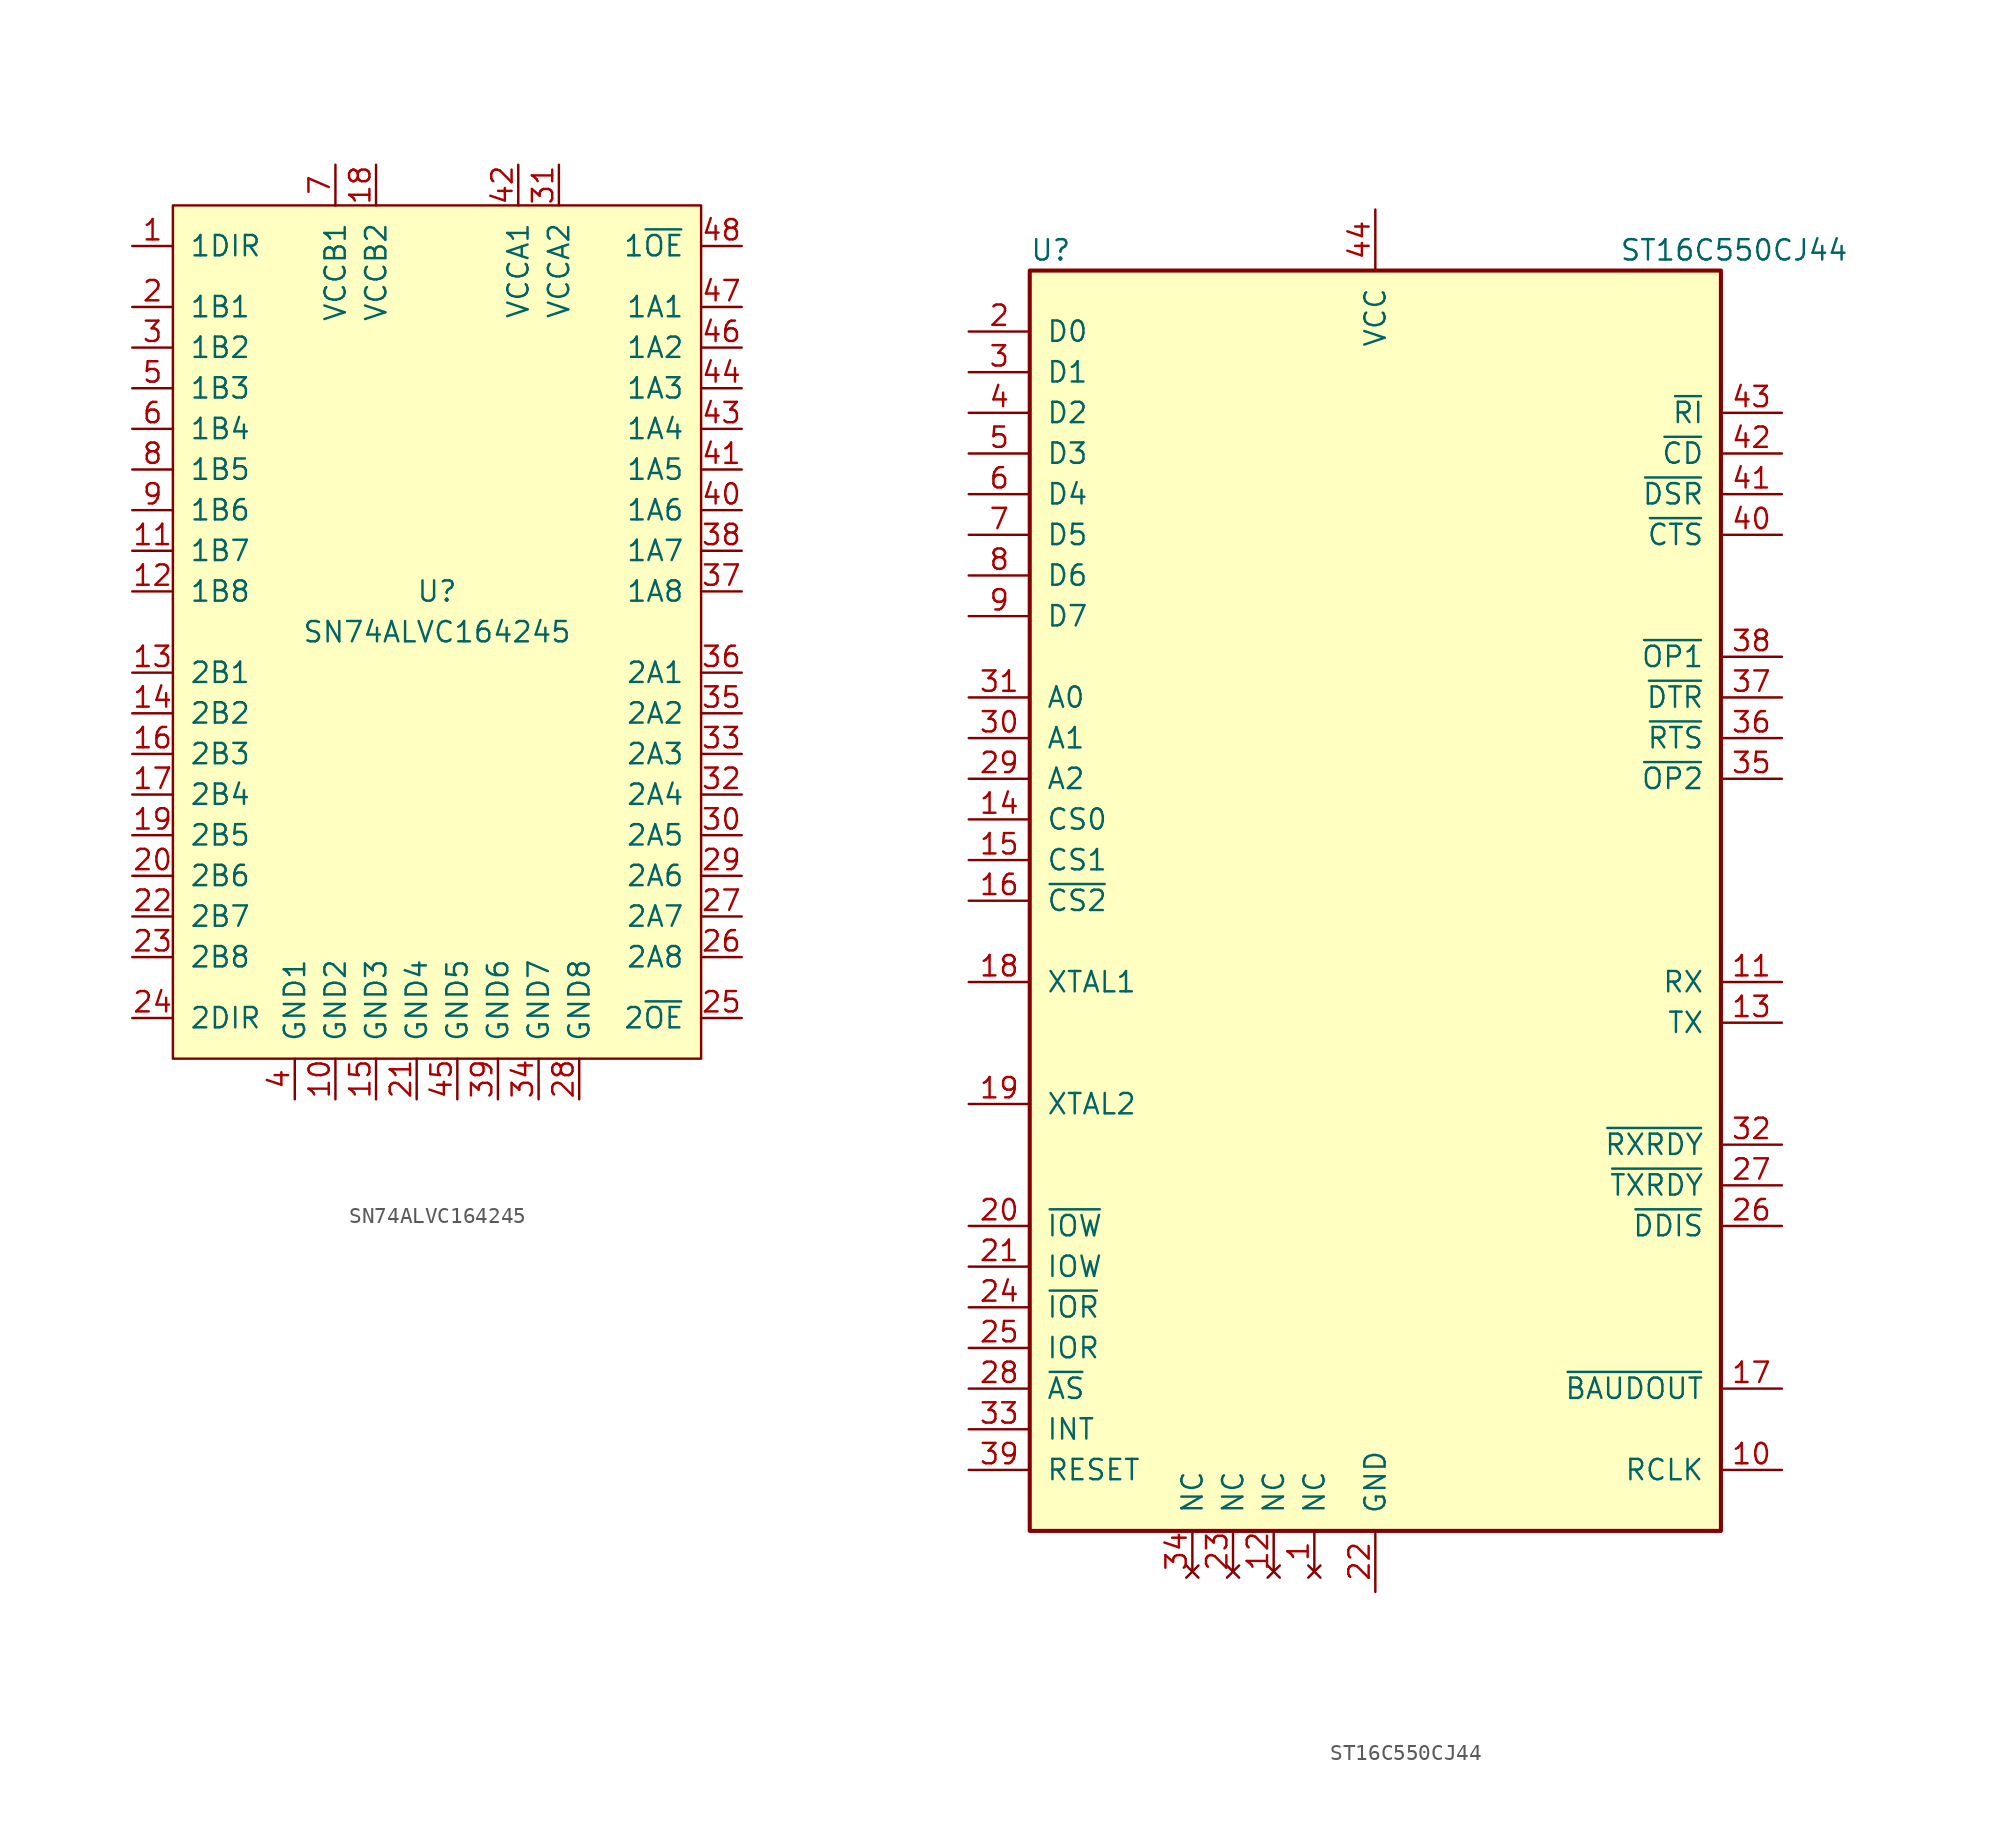
<source format=kicad_sym>
(kicad_symbol_lib
  (version 20220914)
  (generator kicad_symbol_editor)
  (symbol "SN74ALVC164245"
    (pin_names
      (offset 1.016))
    (property "Reference" "U"
      (at 0 2.54 0)
      (effects (font (size 1.27 1.27))))
    (property "Value" "SN74ALVC164245"
      (at 0 0 0)
      (effects (font (size 1.27 1.27))))
    (symbol "SN74ALVC164245_0_1"
      (rectangle (start -16.51 -26.67) (end 16.51 26.67) (stroke (width 0) (type solid)) (fill (type background))))
    (symbol "SN74ALVC164245_1_1"
      (pin input line (at -19.05 24.13 0) (length 2.54) (name "1DIR" (effects (font (size 1.27 1.27)))) (number "1" (effects (font (size 1.27 1.27)))))
      (pin power_in line (at -6.35 -29.21 90) (length 2.54) (name "GND2" (effects (font (size 1.27 1.27)))) (number "10" (effects (font (size 1.27 1.27)))))
      (pin tri_state line (at -19.05 5.08 0) (length 2.54) (name "1B7" (effects (font (size 1.27 1.27)))) (number "11" (effects (font (size 1.27 1.27)))))
      (pin tri_state line (at -19.05 2.54 0) (length 2.54) (name "1B8" (effects (font (size 1.27 1.27)))) (number "12" (effects (font (size 1.27 1.27)))))
      (pin tri_state line (at -19.05 -2.54 0) (length 2.54) (name "2B1" (effects (font (size 1.27 1.27)))) (number "13" (effects (font (size 1.27 1.27)))))
      (pin tri_state line (at -19.05 -5.08 0) (length 2.54) (name "2B2" (effects (font (size 1.27 1.27)))) (number "14" (effects (font (size 1.27 1.27)))))
      (pin power_in line (at -3.81 -29.21 90) (length 2.54) (name "GND3" (effects (font (size 1.27 1.27)))) (number "15" (effects (font (size 1.27 1.27)))))
      (pin tri_state line (at -19.05 -7.62 0) (length 2.54) (name "2B3" (effects (font (size 1.27 1.27)))) (number "16" (effects (font (size 1.27 1.27)))))
      (pin tri_state line (at -19.05 -10.16 0) (length 2.54) (name "2B4" (effects (font (size 1.27 1.27)))) (number "17" (effects (font (size 1.27 1.27)))))
      (pin power_in line (at -3.81 29.21 270) (length 2.54) (name "VCCB2" (effects (font (size 1.27 1.27)))) (number "18" (effects (font (size 1.27 1.27)))))
      (pin tri_state line (at -19.05 -12.7 0) (length 2.54) (name "2B5" (effects (font (size 1.27 1.27)))) (number "19" (effects (font (size 1.27 1.27)))))
      (pin tri_state line (at -19.05 20.32 0) (length 2.54) (name "1B1" (effects (font (size 1.27 1.27)))) (number "2" (effects (font (size 1.27 1.27)))))
      (pin tri_state line (at -19.05 -15.24 0) (length 2.54) (name "2B6" (effects (font (size 1.27 1.27)))) (number "20" (effects (font (size 1.27 1.27)))))
      (pin power_in line (at -1.27 -29.21 90) (length 2.54) (name "GND4" (effects (font (size 1.27 1.27)))) (number "21" (effects (font (size 1.27 1.27)))))
      (pin tri_state line (at -19.05 -17.78 0) (length 2.54) (name "2B7" (effects (font (size 1.27 1.27)))) (number "22" (effects (font (size 1.27 1.27)))))
      (pin tri_state line (at -19.05 -20.32 0) (length 2.54) (name "2B8" (effects (font (size 1.27 1.27)))) (number "23" (effects (font (size 1.27 1.27)))))
      (pin input line (at -19.05 -24.13 0) (length 2.54) (name "2DIR" (effects (font (size 1.27 1.27)))) (number "24" (effects (font (size 1.27 1.27)))))
      (pin tri_state line (at 19.05 -24.13 180) (length 2.54) (name "2~{OE}" (effects (font (size 1.27 1.27)))) (number "25" (effects (font (size 1.27 1.27)))))
      (pin tri_state line (at 19.05 -20.32 180) (length 2.54) (name "2A8" (effects (font (size 1.27 1.27)))) (number "26" (effects (font (size 1.27 1.27)))))
      (pin tri_state line (at 19.05 -17.78 180) (length 2.54) (name "2A7" (effects (font (size 1.27 1.27)))) (number "27" (effects (font (size 1.27 1.27)))))
      (pin power_in line (at 8.89 -29.21 90) (length 2.54) (name "GND8" (effects (font (size 1.27 1.27)))) (number "28" (effects (font (size 1.27 1.27)))))
      (pin tri_state line (at 19.05 -15.24 180) (length 2.54) (name "2A6" (effects (font (size 1.27 1.27)))) (number "29" (effects (font (size 1.27 1.27)))))
      (pin tri_state line (at -19.05 17.78 0) (length 2.54) (name "1B2" (effects (font (size 1.27 1.27)))) (number "3" (effects (font (size 1.27 1.27)))))
      (pin tri_state line (at 19.05 -12.7 180) (length 2.54) (name "2A5" (effects (font (size 1.27 1.27)))) (number "30" (effects (font (size 1.27 1.27)))))
      (pin power_in line (at 7.62 29.21 270) (length 2.54) (name "VCCA2" (effects (font (size 1.27 1.27)))) (number "31" (effects (font (size 1.27 1.27)))))
      (pin tri_state line (at 19.05 -10.16 180) (length 2.54) (name "2A4" (effects (font (size 1.27 1.27)))) (number "32" (effects (font (size 1.27 1.27)))))
      (pin tri_state line (at 19.05 -7.62 180) (length 2.54) (name "2A3" (effects (font (size 1.27 1.27)))) (number "33" (effects (font (size 1.27 1.27)))))
      (pin power_in line (at 6.35 -29.21 90) (length 2.54) (name "GND7" (effects (font (size 1.27 1.27)))) (number "34" (effects (font (size 1.27 1.27)))))
      (pin tri_state line (at 19.05 -5.08 180) (length 2.54) (name "2A2" (effects (font (size 1.27 1.27)))) (number "35" (effects (font (size 1.27 1.27)))))
      (pin tri_state line (at 19.05 -2.54 180) (length 2.54) (name "2A1" (effects (font (size 1.27 1.27)))) (number "36" (effects (font (size 1.27 1.27)))))
      (pin tri_state line (at 19.05 2.54 180) (length 2.54) (name "1A8" (effects (font (size 1.27 1.27)))) (number "37" (effects (font (size 1.27 1.27)))))
      (pin tri_state line (at 19.05 5.08 180) (length 2.54) (name "1A7" (effects (font (size 1.27 1.27)))) (number "38" (effects (font (size 1.27 1.27)))))
      (pin power_in line (at 3.81 -29.21 90) (length 2.54) (name "GND6" (effects (font (size 1.27 1.27)))) (number "39" (effects (font (size 1.27 1.27)))))
      (pin power_in line (at -8.89 -29.21 90) (length 2.54) (name "GND1" (effects (font (size 1.27 1.27)))) (number "4" (effects (font (size 1.27 1.27)))))
      (pin tri_state line (at 19.05 7.62 180) (length 2.54) (name "1A6" (effects (font (size 1.27 1.27)))) (number "40" (effects (font (size 1.27 1.27)))))
      (pin tri_state line (at 19.05 10.16 180) (length 2.54) (name "1A5" (effects (font (size 1.27 1.27)))) (number "41" (effects (font (size 1.27 1.27)))))
      (pin power_in line (at 5.08 29.21 270) (length 2.54) (name "VCCA1" (effects (font (size 1.27 1.27)))) (number "42" (effects (font (size 1.27 1.27)))))
      (pin tri_state line (at 19.05 12.7 180) (length 2.54) (name "1A4" (effects (font (size 1.27 1.27)))) (number "43" (effects (font (size 1.27 1.27)))))
      (pin tri_state line (at 19.05 15.24 180) (length 2.54) (name "1A3" (effects (font (size 1.27 1.27)))) (number "44" (effects (font (size 1.27 1.27)))))
      (pin power_in line (at 1.27 -29.21 90) (length 2.54) (name "GND5" (effects (font (size 1.27 1.27)))) (number "45" (effects (font (size 1.27 1.27)))))
      (pin tri_state line (at 19.05 17.78 180) (length 2.54) (name "1A2" (effects (font (size 1.27 1.27)))) (number "46" (effects (font (size 1.27 1.27)))))
      (pin tri_state line (at 19.05 20.32 180) (length 2.54) (name "1A1" (effects (font (size 1.27 1.27)))) (number "47" (effects (font (size 1.27 1.27)))))
      (pin tri_state line (at 19.05 24.13 180) (length 2.54) (name "1~{OE}" (effects (font (size 1.27 1.27)))) (number "48" (effects (font (size 1.27 1.27)))))
      (pin tri_state line (at -19.05 15.24 0) (length 2.54) (name "1B3" (effects (font (size 1.27 1.27)))) (number "5" (effects (font (size 1.27 1.27)))))
      (pin tri_state line (at -19.05 12.7 0) (length 2.54) (name "1B4" (effects (font (size 1.27 1.27)))) (number "6" (effects (font (size 1.27 1.27)))))
      (pin power_in line (at -6.35 29.21 270) (length 2.54) (name "VCCB1" (effects (font (size 1.27 1.27)))) (number "7" (effects (font (size 1.27 1.27)))))
      (pin tri_state line (at -19.05 10.16 0) (length 2.54) (name "1B5" (effects (font (size 1.27 1.27)))) (number "8" (effects (font (size 1.27 1.27)))))
      (pin tri_state line (at -19.05 7.62 0) (length 2.54) (name "1B6" (effects (font (size 1.27 1.27)))) (number "9" (effects (font (size 1.27 1.27)))))))
  (symbol "ST16C550CJ44"
    (pin_names
      (offset 1.016))
    (property "Reference" "U"
      (at -21.59 40.64 0)
      (effects (font (size 1.27 1.27)) (justify left)))
    (property "Value" "ST16C550CJ44"
      (at 15.24 40.64 0)
      (effects (font (size 1.27 1.27)) (justify left)))
    (symbol "ST16C550CJ44_0_1"
      (rectangle (start -21.59 -39.37) (end 21.59 39.37) (stroke (width 0.254) (type solid)) (fill (type background))))
    (symbol "ST16C550CJ44_1_1"
      (pin no_connect line (at -3.81 -41.91 90) (length 2.54) (name "NC" (effects (font (size 1.27 1.27)))) (number "1" (effects (font (size 1.27 1.27)))))
      (pin input line (at 25.4 -35.56 180) (length 3.81) (name "RCLK" (effects (font (size 1.27 1.27)))) (number "10" (effects (font (size 1.27 1.27)))))
      (pin input line (at 25.4 -5.08 180) (length 3.81) (name "RX" (effects (font (size 1.27 1.27)))) (number "11" (effects (font (size 1.27 1.27)))))
      (pin no_connect line (at -6.35 -41.91 90) (length 2.54) (name "NC" (effects (font (size 1.27 1.27)))) (number "12" (effects (font (size 1.27 1.27)))))
      (pin output line (at 25.4 -7.62 180) (length 3.81) (name "TX" (effects (font (size 1.27 1.27)))) (number "13" (effects (font (size 1.27 1.27)))))
      (pin input line (at -25.4 5.08 0) (length 3.81) (name "CS0" (effects (font (size 1.27 1.27)))) (number "14" (effects (font (size 1.27 1.27)))))
      (pin input line (at -25.4 2.54 0) (length 3.81) (name "CS1" (effects (font (size 1.27 1.27)))) (number "15" (effects (font (size 1.27 1.27)))))
      (pin input line (at -25.4 0 0) (length 3.81) (name "~{CS2}" (effects (font (size 1.27 1.27)))) (number "16" (effects (font (size 1.27 1.27)))))
      (pin output line (at 25.4 -30.48 180) (length 3.81) (name "~{BAUDOUT}" (effects (font (size 1.27 1.27)))) (number "17" (effects (font (size 1.27 1.27)))))
      (pin input line (at -25.4 -5.08 0) (length 3.81) (name "XTAL1" (effects (font (size 1.27 1.27)))) (number "18" (effects (font (size 1.27 1.27)))))
      (pin output line (at -25.4 -12.7 0) (length 3.81) (name "XTAL2" (effects (font (size 1.27 1.27)))) (number "19" (effects (font (size 1.27 1.27)))))
      (pin bidirectional line (at -25.4 35.56 0) (length 3.81) (name "D0" (effects (font (size 1.27 1.27)))) (number "2" (effects (font (size 1.27 1.27)))))
      (pin input line (at -25.4 -20.32 0) (length 3.81) (name "~{IOW}" (effects (font (size 1.27 1.27)))) (number "20" (effects (font (size 1.27 1.27)))))
      (pin input line (at -25.4 -22.86 0) (length 3.81) (name "IOW" (effects (font (size 1.27 1.27)))) (number "21" (effects (font (size 1.27 1.27)))))
      (pin power_in line (at 0 -43.18 90) (length 3.81) (name "GND" (effects (font (size 1.27 1.27)))) (number "22" (effects (font (size 1.27 1.27)))))
      (pin no_connect line (at -8.89 -41.91 90) (length 2.54) (name "NC" (effects (font (size 1.27 1.27)))) (number "23" (effects (font (size 1.27 1.27)))))
      (pin input line (at -25.4 -25.4 0) (length 3.81) (name "~{IOR}" (effects (font (size 1.27 1.27)))) (number "24" (effects (font (size 1.27 1.27)))))
      (pin input line (at -25.4 -27.94 0) (length 3.81) (name "IOR" (effects (font (size 1.27 1.27)))) (number "25" (effects (font (size 1.27 1.27)))))
      (pin output line (at 25.4 -20.32 180) (length 3.81) (name "~{DDIS}" (effects (font (size 1.27 1.27)))) (number "26" (effects (font (size 1.27 1.27)))))
      (pin output line (at 25.4 -17.78 180) (length 3.81) (name "~{TXRDY}" (effects (font (size 1.27 1.27)))) (number "27" (effects (font (size 1.27 1.27)))))
      (pin input line (at -25.4 -30.48 0) (length 3.81) (name "~{AS}" (effects (font (size 1.27 1.27)))) (number "28" (effects (font (size 1.27 1.27)))))
      (pin input line (at -25.4 7.62 0) (length 3.81) (name "A2" (effects (font (size 1.27 1.27)))) (number "29" (effects (font (size 1.27 1.27)))))
      (pin bidirectional line (at -25.4 33.02 0) (length 3.81) (name "D1" (effects (font (size 1.27 1.27)))) (number "3" (effects (font (size 1.27 1.27)))))
      (pin input line (at -25.4 10.16 0) (length 3.81) (name "A1" (effects (font (size 1.27 1.27)))) (number "30" (effects (font (size 1.27 1.27)))))
      (pin input line (at -25.4 12.7 0) (length 3.81) (name "A0" (effects (font (size 1.27 1.27)))) (number "31" (effects (font (size 1.27 1.27)))))
      (pin output line (at 25.4 -15.24 180) (length 3.81) (name "~{RXRDY}" (effects (font (size 1.27 1.27)))) (number "32" (effects (font (size 1.27 1.27)))))
      (pin output line (at -25.4 -33.02 0) (length 3.81) (name "INT" (effects (font (size 1.27 1.27)))) (number "33" (effects (font (size 1.27 1.27)))))
      (pin no_connect line (at -11.43 -41.91 90) (length 2.54) (name "NC" (effects (font (size 1.27 1.27)))) (number "34" (effects (font (size 1.27 1.27)))))
      (pin output line (at 25.4 7.62 180) (length 3.81) (name "~{OP2}" (effects (font (size 1.27 1.27)))) (number "35" (effects (font (size 1.27 1.27)))))
      (pin output line (at 25.4 10.16 180) (length 3.81) (name "~{RTS}" (effects (font (size 1.27 1.27)))) (number "36" (effects (font (size 1.27 1.27)))))
      (pin output line (at 25.4 12.7 180) (length 3.81) (name "~{DTR}" (effects (font (size 1.27 1.27)))) (number "37" (effects (font (size 1.27 1.27)))))
      (pin output line (at 25.4 15.24 180) (length 3.81) (name "~{OP1}" (effects (font (size 1.27 1.27)))) (number "38" (effects (font (size 1.27 1.27)))))
      (pin input line (at -25.4 -35.56 0) (length 3.81) (name "RESET" (effects (font (size 1.27 1.27)))) (number "39" (effects (font (size 1.27 1.27)))))
      (pin bidirectional line (at -25.4 30.48 0) (length 3.81) (name "D2" (effects (font (size 1.27 1.27)))) (number "4" (effects (font (size 1.27 1.27)))))
      (pin input line (at 25.4 22.86 180) (length 3.81) (name "~{CTS}" (effects (font (size 1.27 1.27)))) (number "40" (effects (font (size 1.27 1.27)))))
      (pin input line (at 25.4 25.4 180) (length 3.81) (name "~{DSR}" (effects (font (size 1.27 1.27)))) (number "41" (effects (font (size 1.27 1.27)))))
      (pin input line (at 25.4 27.94 180) (length 3.81) (name "~{CD}" (effects (font (size 1.27 1.27)))) (number "42" (effects (font (size 1.27 1.27)))))
      (pin input line (at 25.4 30.48 180) (length 3.81) (name "~{RI}" (effects (font (size 1.27 1.27)))) (number "43" (effects (font (size 1.27 1.27)))))
      (pin power_in line (at 0 43.18 270) (length 3.81) (name "VCC" (effects (font (size 1.27 1.27)))) (number "44" (effects (font (size 1.27 1.27)))))
      (pin bidirectional line (at -25.4 27.94 0) (length 3.81) (name "D3" (effects (font (size 1.27 1.27)))) (number "5" (effects (font (size 1.27 1.27)))))
      (pin bidirectional line (at -25.4 25.4 0) (length 3.81) (name "D4" (effects (font (size 1.27 1.27)))) (number "6" (effects (font (size 1.27 1.27)))))
      (pin bidirectional line (at -25.4 22.86 0) (length 3.81) (name "D5" (effects (font (size 1.27 1.27)))) (number "7" (effects (font (size 1.27 1.27)))))
      (pin bidirectional line (at -25.4 20.32 0) (length 3.81) (name "D6" (effects (font (size 1.27 1.27)))) (number "8" (effects (font (size 1.27 1.27)))))
      (pin bidirectional line (at -25.4 17.78 0) (length 3.81) (name "D7" (effects (font (size 1.27 1.27)))) (number "9" (effects (font (size 1.27 1.27))))))))
</source>
